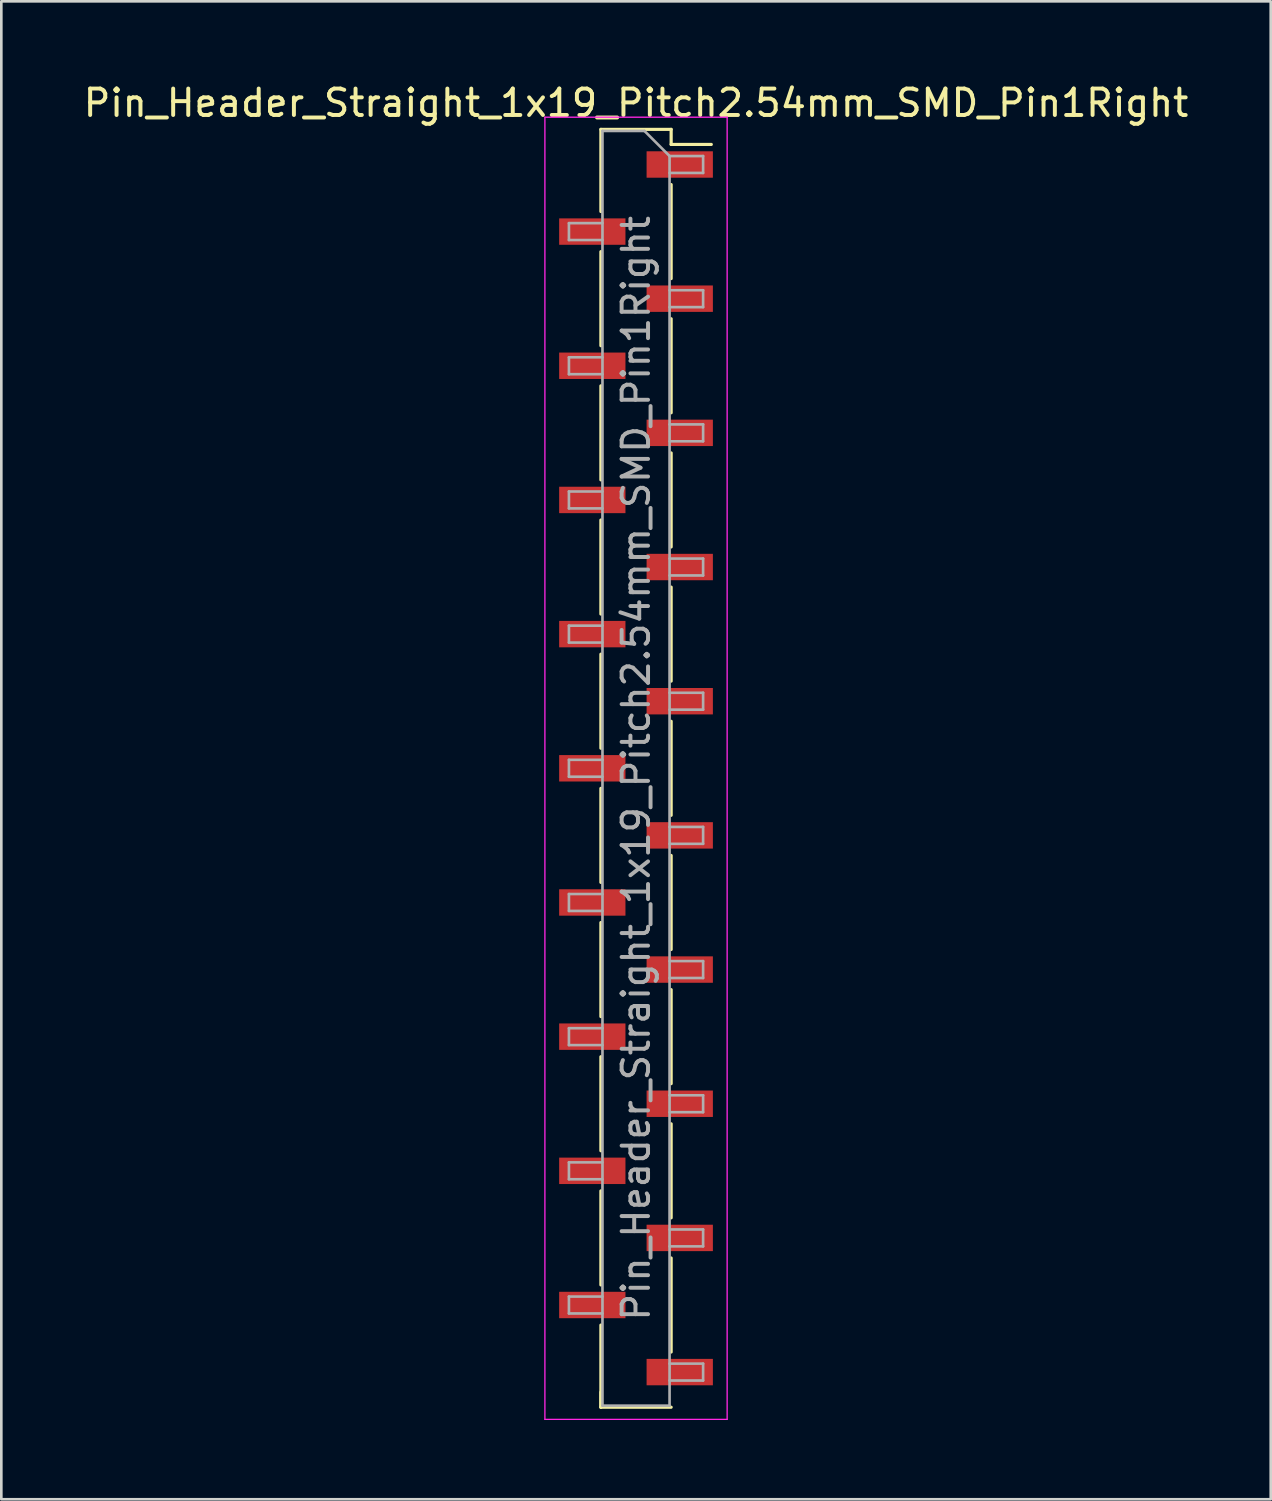
<source format=kicad_pcb>
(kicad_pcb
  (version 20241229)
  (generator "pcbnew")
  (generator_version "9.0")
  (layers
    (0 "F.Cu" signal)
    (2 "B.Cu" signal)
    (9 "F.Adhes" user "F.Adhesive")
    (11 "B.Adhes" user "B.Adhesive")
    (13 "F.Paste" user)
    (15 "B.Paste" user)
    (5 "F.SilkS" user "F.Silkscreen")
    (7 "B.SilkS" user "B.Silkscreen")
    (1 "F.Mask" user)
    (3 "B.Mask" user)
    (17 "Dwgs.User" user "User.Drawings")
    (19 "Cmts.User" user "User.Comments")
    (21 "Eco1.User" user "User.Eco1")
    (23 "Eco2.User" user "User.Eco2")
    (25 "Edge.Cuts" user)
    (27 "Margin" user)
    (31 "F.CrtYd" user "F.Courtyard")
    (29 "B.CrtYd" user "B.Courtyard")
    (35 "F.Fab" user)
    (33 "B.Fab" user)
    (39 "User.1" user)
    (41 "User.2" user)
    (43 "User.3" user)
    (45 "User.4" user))
  (footprint "Pin_Header_Straight_1x19_Pitch2.54mm_SMD_Pin1Right"
    (layer "F.Cu")
    (at 21.03 26.038)
    (property "Reference" "Pin_Header_Straight_1x19_Pitch2.54mm_SMD_Pin1Right" (at 0 -25.19 0) (layer "F.SilkS") (effects (font (size 1 1) (thickness 0.15))))
    (attr smd)
    (fp_line (start -1.33 -24.19) (end -1.33 -21.08) (stroke (width 0.12) (type solid)) (layer "F.SilkS"))
    (fp_line (start -1.33 -24.19) (end 1.33 -24.19) (stroke (width 0.12) (type solid)) (layer "F.SilkS"))
    (fp_line (start -1.33 -19.56) (end -1.33 -16) (stroke (width 0.12) (type solid)) (layer "F.SilkS"))
    (fp_line (start -1.33 -14.48) (end -1.33 -10.92) (stroke (width 0.12) (type solid)) (layer "F.SilkS"))
    (fp_line (start -1.33 -9.4) (end -1.33 -5.84) (stroke (width 0.12) (type solid)) (layer "F.SilkS"))
    (fp_line (start -1.33 -4.32) (end -1.33 -0.76) (stroke (width 0.12) (type solid)) (layer "F.SilkS"))
    (fp_line (start -1.33 0.76) (end -1.33 4.32) (stroke (width 0.12) (type solid)) (layer "F.SilkS"))
    (fp_line (start -1.33 5.84) (end -1.33 9.4) (stroke (width 0.12) (type solid)) (layer "F.SilkS"))
    (fp_line (start -1.33 10.92) (end -1.33 14.48) (stroke (width 0.12) (type solid)) (layer "F.SilkS"))
    (fp_line (start -1.33 16) (end -1.33 19.56) (stroke (width 0.12) (type solid)) (layer "F.SilkS"))
    (fp_line (start -1.33 21.08) (end -1.33 24.19) (stroke (width 0.12) (type solid)) (layer "F.SilkS"))
    (fp_line (start -1.33 23.62) (end -1.33 24.19) (stroke (width 0.12) (type solid)) (layer "F.SilkS"))
    (fp_line (start -1.33 24.19) (end 1.33 24.19) (stroke (width 0.12) (type solid)) (layer "F.SilkS"))
    (fp_line (start 1.33 -24.19) (end 1.33 -23.62) (stroke (width 0.12) (type solid)) (layer "F.SilkS"))
    (fp_line (start 1.33 -23.62) (end 2.85 -23.62) (stroke (width 0.12) (type solid)) (layer "F.SilkS"))
    (fp_line (start 1.33 -22.1) (end 1.33 -18.54) (stroke (width 0.12) (type solid)) (layer "F.SilkS"))
    (fp_line (start 1.33 -17.02) (end 1.33 -13.46) (stroke (width 0.12) (type solid)) (layer "F.SilkS"))
    (fp_line (start 1.33 -11.94) (end 1.33 -8.38) (stroke (width 0.12) (type solid)) (layer "F.SilkS"))
    (fp_line (start 1.33 -6.86) (end 1.33 -3.3) (stroke (width 0.12) (type solid)) (layer "F.SilkS"))
    (fp_line (start 1.33 -1.78) (end 1.33 1.78) (stroke (width 0.12) (type solid)) (layer "F.SilkS"))
    (fp_line (start 1.33 3.3) (end 1.33 6.86) (stroke (width 0.12) (type solid)) (layer "F.SilkS"))
    (fp_line (start 1.33 8.38) (end 1.33 11.94) (stroke (width 0.12) (type solid)) (layer "F.SilkS"))
    (fp_line (start 1.33 13.46) (end 1.33 17.02) (stroke (width 0.12) (type solid)) (layer "F.SilkS"))
    (fp_line (start 1.33 18.54) (end 1.33 22.1) (stroke (width 0.12) (type solid)) (layer "F.SilkS"))
    (fp_line (start -3.45 -24.65) (end -3.45 24.65) (stroke (width 0.05) (type solid)) (layer "F.CrtYd"))
    (fp_line (start -3.45 24.65) (end 3.45 24.65) (stroke (width 0.05) (type solid)) (layer "F.CrtYd"))
    (fp_line (start 3.45 -24.65) (end -3.45 -24.65) (stroke (width 0.05) (type solid)) (layer "F.CrtYd"))
    (fp_line (start 3.45 24.65) (end 3.45 -24.65) (stroke (width 0.05) (type solid)) (layer "F.CrtYd"))
    (fp_line (start -2.54 -20.64) (end -2.54 -20) (stroke (width 0.1) (type solid)) (layer "F.Fab"))
    (fp_line (start -2.54 -20) (end -1.27 -20) (stroke (width 0.1) (type solid)) (layer "F.Fab"))
    (fp_line (start -2.54 -15.56) (end -2.54 -14.92) (stroke (width 0.1) (type solid)) (layer "F.Fab"))
    (fp_line (start -2.54 -14.92) (end -1.27 -14.92) (stroke (width 0.1) (type solid)) (layer "F.Fab"))
    (fp_line (start -2.54 -10.48) (end -2.54 -9.84) (stroke (width 0.1) (type solid)) (layer "F.Fab"))
    (fp_line (start -2.54 -9.84) (end -1.27 -9.84) (stroke (width 0.1) (type solid)) (layer "F.Fab"))
    (fp_line (start -2.54 -5.4) (end -2.54 -4.76) (stroke (width 0.1) (type solid)) (layer "F.Fab"))
    (fp_line (start -2.54 -4.76) (end -1.27 -4.76) (stroke (width 0.1) (type solid)) (layer "F.Fab"))
    (fp_line (start -2.54 -0.32) (end -2.54 0.32) (stroke (width 0.1) (type solid)) (layer "F.Fab"))
    (fp_line (start -2.54 0.32) (end -1.27 0.32) (stroke (width 0.1) (type solid)) (layer "F.Fab"))
    (fp_line (start -2.54 4.76) (end -2.54 5.4) (stroke (width 0.1) (type solid)) (layer "F.Fab"))
    (fp_line (start -2.54 5.4) (end -1.27 5.4) (stroke (width 0.1) (type solid)) (layer "F.Fab"))
    (fp_line (start -2.54 9.84) (end -2.54 10.48) (stroke (width 0.1) (type solid)) (layer "F.Fab"))
    (fp_line (start -2.54 10.48) (end -1.27 10.48) (stroke (width 0.1) (type solid)) (layer "F.Fab"))
    (fp_line (start -2.54 14.92) (end -2.54 15.56) (stroke (width 0.1) (type solid)) (layer "F.Fab"))
    (fp_line (start -2.54 15.56) (end -1.27 15.56) (stroke (width 0.1) (type solid)) (layer "F.Fab"))
    (fp_line (start -2.54 20) (end -2.54 20.64) (stroke (width 0.1) (type solid)) (layer "F.Fab"))
    (fp_line (start -2.54 20.64) (end -1.27 20.64) (stroke (width 0.1) (type solid)) (layer "F.Fab"))
    (fp_line (start -1.27 -24.13) (end -1.27 24.13) (stroke (width 0.1) (type solid)) (layer "F.Fab"))
    (fp_line (start -1.27 -24.13) (end 0.32 -24.13) (stroke (width 0.1) (type solid)) (layer "F.Fab"))
    (fp_line (start -1.27 -20.64) (end -2.54 -20.64) (stroke (width 0.1) (type solid)) (layer "F.Fab"))
    (fp_line (start -1.27 -15.56) (end -2.54 -15.56) (stroke (width 0.1) (type solid)) (layer "F.Fab"))
    (fp_line (start -1.27 -10.48) (end -2.54 -10.48) (stroke (width 0.1) (type solid)) (layer "F.Fab"))
    (fp_line (start -1.27 -5.4) (end -2.54 -5.4) (stroke (width 0.1) (type solid)) (layer "F.Fab"))
    (fp_line (start -1.27 -0.32) (end -2.54 -0.32) (stroke (width 0.1) (type solid)) (layer "F.Fab"))
    (fp_line (start -1.27 4.76) (end -2.54 4.76) (stroke (width 0.1) (type solid)) (layer "F.Fab"))
    (fp_line (start -1.27 9.84) (end -2.54 9.84) (stroke (width 0.1) (type solid)) (layer "F.Fab"))
    (fp_line (start -1.27 14.92) (end -2.54 14.92) (stroke (width 0.1) (type solid)) (layer "F.Fab"))
    (fp_line (start -1.27 20) (end -2.54 20) (stroke (width 0.1) (type solid)) (layer "F.Fab"))
    (fp_line (start 1.27 -23.18) (end 0.32 -24.13) (stroke (width 0.1) (type solid)) (layer "F.Fab"))
    (fp_line (start 1.27 -23.18) (end 2.54 -23.18) (stroke (width 0.1) (type solid)) (layer "F.Fab"))
    (fp_line (start 1.27 -18.1) (end 2.54 -18.1) (stroke (width 0.1) (type solid)) (layer "F.Fab"))
    (fp_line (start 1.27 -13.02) (end 2.54 -13.02) (stroke (width 0.1) (type solid)) (layer "F.Fab"))
    (fp_line (start 1.27 -7.94) (end 2.54 -7.94) (stroke (width 0.1) (type solid)) (layer "F.Fab"))
    (fp_line (start 1.27 -2.86) (end 2.54 -2.86) (stroke (width 0.1) (type solid)) (layer "F.Fab"))
    (fp_line (start 1.27 2.22) (end 2.54 2.22) (stroke (width 0.1) (type solid)) (layer "F.Fab"))
    (fp_line (start 1.27 7.3) (end 2.54 7.3) (stroke (width 0.1) (type solid)) (layer "F.Fab"))
    (fp_line (start 1.27 12.38) (end 2.54 12.38) (stroke (width 0.1) (type solid)) (layer "F.Fab"))
    (fp_line (start 1.27 17.46) (end 2.54 17.46) (stroke (width 0.1) (type solid)) (layer "F.Fab"))
    (fp_line (start 1.27 22.54) (end 2.54 22.54) (stroke (width 0.1) (type solid)) (layer "F.Fab"))
    (fp_line (start 1.27 24.13) (end -1.27 24.13) (stroke (width 0.1) (type solid)) (layer "F.Fab"))
    (fp_line (start 1.27 24.13) (end 1.27 -23.18) (stroke (width 0.1) (type solid)) (layer "F.Fab"))
    (fp_line (start 2.54 -23.18) (end 2.54 -22.54) (stroke (width 0.1) (type solid)) (layer "F.Fab"))
    (fp_line (start 2.54 -22.54) (end 1.27 -22.54) (stroke (width 0.1) (type solid)) (layer "F.Fab"))
    (fp_line (start 2.54 -18.1) (end 2.54 -17.46) (stroke (width 0.1) (type solid)) (layer "F.Fab"))
    (fp_line (start 2.54 -17.46) (end 1.27 -17.46) (stroke (width 0.1) (type solid)) (layer "F.Fab"))
    (fp_line (start 2.54 -13.02) (end 2.54 -12.38) (stroke (width 0.1) (type solid)) (layer "F.Fab"))
    (fp_line (start 2.54 -12.38) (end 1.27 -12.38) (stroke (width 0.1) (type solid)) (layer "F.Fab"))
    (fp_line (start 2.54 -7.94) (end 2.54 -7.3) (stroke (width 0.1) (type solid)) (layer "F.Fab"))
    (fp_line (start 2.54 -7.3) (end 1.27 -7.3) (stroke (width 0.1) (type solid)) (layer "F.Fab"))
    (fp_line (start 2.54 -2.86) (end 2.54 -2.22) (stroke (width 0.1) (type solid)) (layer "F.Fab"))
    (fp_line (start 2.54 -2.22) (end 1.27 -2.22) (stroke (width 0.1) (type solid)) (layer "F.Fab"))
    (fp_line (start 2.54 2.22) (end 2.54 2.86) (stroke (width 0.1) (type solid)) (layer "F.Fab"))
    (fp_line (start 2.54 2.86) (end 1.27 2.86) (stroke (width 0.1) (type solid)) (layer "F.Fab"))
    (fp_line (start 2.54 7.3) (end 2.54 7.94) (stroke (width 0.1) (type solid)) (layer "F.Fab"))
    (fp_line (start 2.54 7.94) (end 1.27 7.94) (stroke (width 0.1) (type solid)) (layer "F.Fab"))
    (fp_line (start 2.54 12.38) (end 2.54 13.02) (stroke (width 0.1) (type solid)) (layer "F.Fab"))
    (fp_line (start 2.54 13.02) (end 1.27 13.02) (stroke (width 0.1) (type solid)) (layer "F.Fab"))
    (fp_line (start 2.54 17.46) (end 2.54 18.1) (stroke (width 0.1) (type solid)) (layer "F.Fab"))
    (fp_line (start 2.54 18.1) (end 1.27 18.1) (stroke (width 0.1) (type solid)) (layer "F.Fab"))
    (fp_line (start 2.54 22.54) (end 2.54 23.18) (stroke (width 0.1) (type solid)) (layer "F.Fab"))
    (fp_line (start 2.54 23.18) (end 1.27 23.18) (stroke (width 0.1) (type solid)) (layer "F.Fab"))
    (fp_text user "${REFERENCE}" (at 0 0 90) (layer "F.Fab") (effects (font (size 1 1) (thickness 0.15))))
    (pad "1" smd rect (at 1.655 -22.86) (size 2.51 1) (layers "F.Cu" "F.Mask" "F.Paste"))
    (pad "2" smd rect (at -1.655 -20.32) (size 2.51 1) (layers "F.Cu" "F.Mask" "F.Paste"))
    (pad "3" smd rect (at 1.655 -17.78) (size 2.51 1) (layers "F.Cu" "F.Mask" "F.Paste"))
    (pad "4" smd rect (at -1.655 -15.24) (size 2.51 1) (layers "F.Cu" "F.Mask" "F.Paste"))
    (pad "5" smd rect (at 1.655 -12.7) (size 2.51 1) (layers "F.Cu" "F.Mask" "F.Paste"))
    (pad "6" smd rect (at -1.655 -10.16) (size 2.51 1) (layers "F.Cu" "F.Mask" "F.Paste"))
    (pad "7" smd rect (at 1.655 -7.62) (size 2.51 1) (layers "F.Cu" "F.Mask" "F.Paste"))
    (pad "8" smd rect (at -1.655 -5.08) (size 2.51 1) (layers "F.Cu" "F.Mask" "F.Paste"))
    (pad "9" smd rect (at 1.655 -2.54) (size 2.51 1) (layers "F.Cu" "F.Mask" "F.Paste"))
    (pad "10" smd rect (at -1.655 0) (size 2.51 1) (layers "F.Cu" "F.Mask" "F.Paste"))
    (pad "11" smd rect (at 1.655 2.54) (size 2.51 1) (layers "F.Cu" "F.Mask" "F.Paste"))
    (pad "12" smd rect (at -1.655 5.08) (size 2.51 1) (layers "F.Cu" "F.Mask" "F.Paste"))
    (pad "13" smd rect (at 1.655 7.62) (size 2.51 1) (layers "F.Cu" "F.Mask" "F.Paste"))
    (pad "14" smd rect (at -1.655 10.16) (size 2.51 1) (layers "F.Cu" "F.Mask" "F.Paste"))
    (pad "15" smd rect (at 1.655 12.7) (size 2.51 1) (layers "F.Cu" "F.Mask" "F.Paste"))
    (pad "16" smd rect (at -1.655 15.24) (size 2.51 1) (layers "F.Cu" "F.Mask" "F.Paste"))
    (pad "17" smd rect (at 1.655 17.78) (size 2.51 1) (layers "F.Cu" "F.Mask" "F.Paste"))
    (pad "18" smd rect (at -1.655 20.32) (size 2.51 1) (layers "F.Cu" "F.Mask" "F.Paste"))
    (pad "19" smd rect (at 1.655 22.86) (size 2.51 1) (layers "F.Cu" "F.Mask" "F.Paste")))
  (gr_rect
    (start -3 -3)
    (end 45.06 53.713)
    (stroke (width 0.1) (type default))
    (fill no)
    (layer "Edge.Cuts")))
</source>
